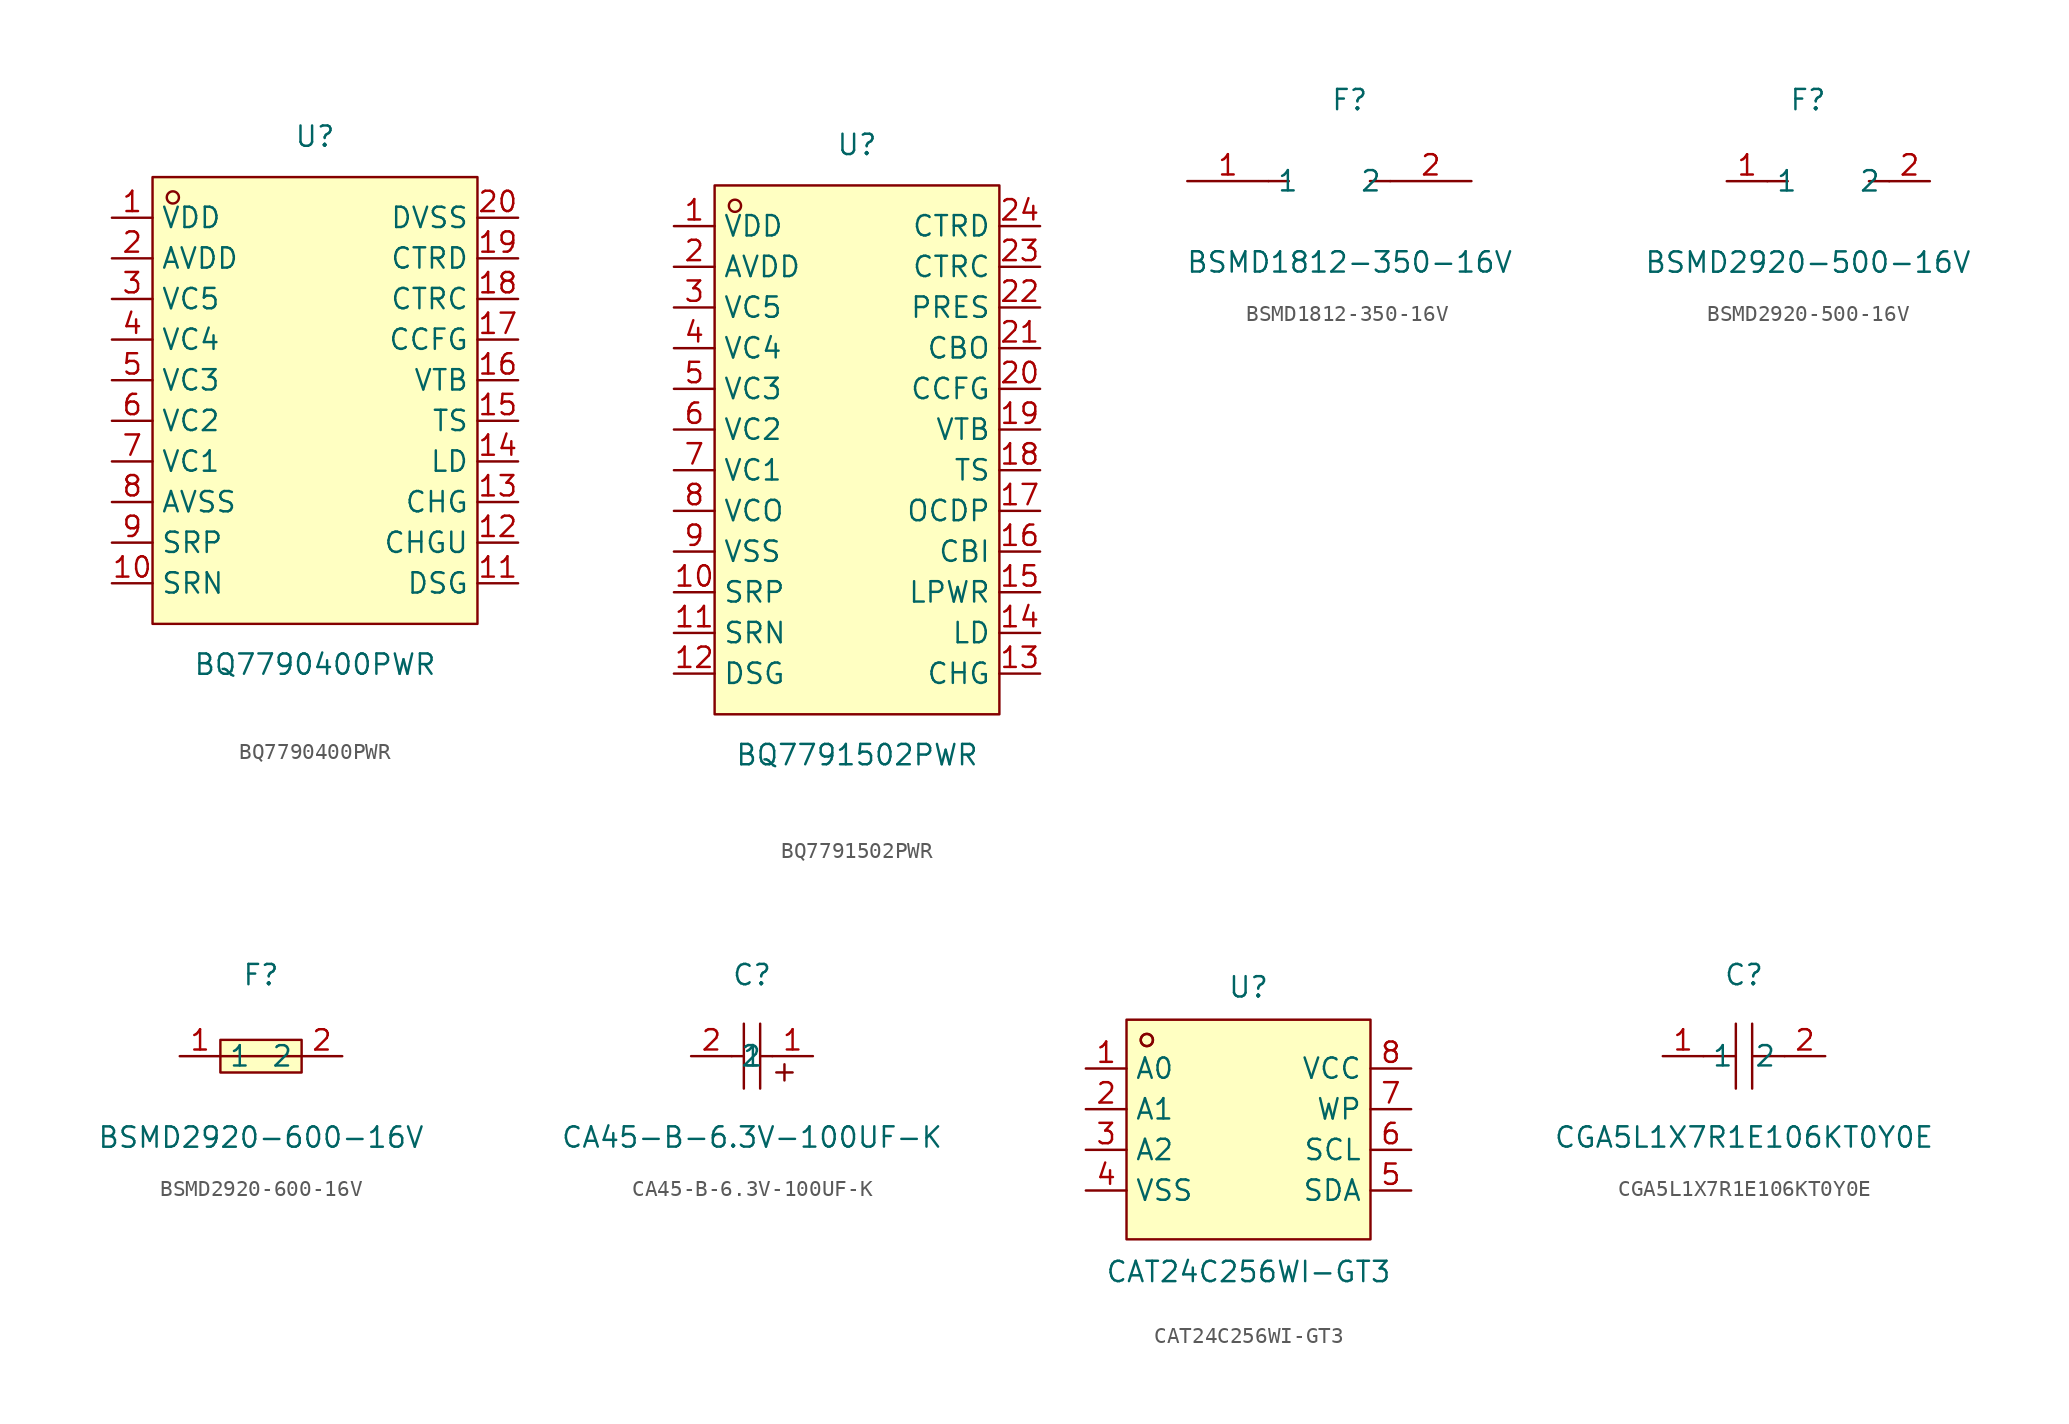
<source format=kicad_sym>
(kicad_symbol_lib
  (version 20211014)
  (generator https://github.com/uPesy/easyeda2kicad.py)
  (symbol "BQ7790400PWR"
    (property "Reference" "U"
      (at 0 16.51 0)
      (effects (font (size 1.27 1.27))))
    (property "Value" "BQ7790400PWR"
      (at 0 -16.51 0)
      (effects (font (size 1.27 1.27))))
    (symbol "BQ7790400PWR_0_1"
      (rectangle (start -10.16 13.97) (end 10.16 -13.97) (stroke (width 0) (type default) (color 0 0 0 0)) (fill (type background)))
      (circle (center -8.89 12.70) (radius 0.38) (stroke (width 0) (type default) (color 0 0 0 0)) (fill (type none)))
      (pin unspecified line (at 12.70 11.43 180) (length 2.54) (name "DVSS" (effects (font (size 1.27 1.27)))) (number "20" (effects (font (size 1.27 1.27)))))
      (pin unspecified line (at 12.70 8.89 180) (length 2.54) (name "CTRD" (effects (font (size 1.27 1.27)))) (number "19" (effects (font (size 1.27 1.27)))))
      (pin unspecified line (at 12.70 6.35 180) (length 2.54) (name "CTRC" (effects (font (size 1.27 1.27)))) (number "18" (effects (font (size 1.27 1.27)))))
      (pin unspecified line (at 12.70 3.81 180) (length 2.54) (name "CCFG" (effects (font (size 1.27 1.27)))) (number "17" (effects (font (size 1.27 1.27)))))
      (pin unspecified line (at 12.70 1.27 180) (length 2.54) (name "VTB" (effects (font (size 1.27 1.27)))) (number "16" (effects (font (size 1.27 1.27)))))
      (pin unspecified line (at 12.70 -1.27 180) (length 2.54) (name "TS" (effects (font (size 1.27 1.27)))) (number "15" (effects (font (size 1.27 1.27)))))
      (pin unspecified line (at 12.70 -3.81 180) (length 2.54) (name "LD" (effects (font (size 1.27 1.27)))) (number "14" (effects (font (size 1.27 1.27)))))
      (pin unspecified line (at 12.70 -6.35 180) (length 2.54) (name "CHG" (effects (font (size 1.27 1.27)))) (number "13" (effects (font (size 1.27 1.27)))))
      (pin unspecified line (at 12.70 -8.89 180) (length 2.54) (name "CHGU" (effects (font (size 1.27 1.27)))) (number "12" (effects (font (size 1.27 1.27)))))
      (pin unspecified line (at 12.70 -11.43 180) (length 2.54) (name "DSG" (effects (font (size 1.27 1.27)))) (number "11" (effects (font (size 1.27 1.27)))))
      (pin unspecified line (at -12.70 -11.43 0) (length 2.54) (name "SRN" (effects (font (size 1.27 1.27)))) (number "10" (effects (font (size 1.27 1.27)))))
      (pin unspecified line (at -12.70 -8.89 0) (length 2.54) (name "SRP" (effects (font (size 1.27 1.27)))) (number "9" (effects (font (size 1.27 1.27)))))
      (pin unspecified line (at -12.70 -6.35 0) (length 2.54) (name "AVSS" (effects (font (size 1.27 1.27)))) (number "8" (effects (font (size 1.27 1.27)))))
      (pin unspecified line (at -12.70 -3.81 0) (length 2.54) (name "VC1" (effects (font (size 1.27 1.27)))) (number "7" (effects (font (size 1.27 1.27)))))
      (pin unspecified line (at -12.70 -1.27 0) (length 2.54) (name "VC2" (effects (font (size 1.27 1.27)))) (number "6" (effects (font (size 1.27 1.27)))))
      (pin unspecified line (at -12.70 1.27 0) (length 2.54) (name "VC3" (effects (font (size 1.27 1.27)))) (number "5" (effects (font (size 1.27 1.27)))))
      (pin unspecified line (at -12.70 3.81 0) (length 2.54) (name "VC4" (effects (font (size 1.27 1.27)))) (number "4" (effects (font (size 1.27 1.27)))))
      (pin unspecified line (at -12.70 6.35 0) (length 2.54) (name "VC5" (effects (font (size 1.27 1.27)))) (number "3" (effects (font (size 1.27 1.27)))))
      (pin unspecified line (at -12.70 8.89 0) (length 2.54) (name "AVDD" (effects (font (size 1.27 1.27)))) (number "2" (effects (font (size 1.27 1.27)))))
      (pin unspecified line (at -12.70 11.43 0) (length 2.54) (name "VDD" (effects (font (size 1.27 1.27)))) (number "1" (effects (font (size 1.27 1.27)))))))
  (symbol "BQ7791502PWR"
    (property "Reference" "U"
      (at 0 19.05 0)
      (effects (font (size 1.27 1.27))))
    (property "Value" "BQ7791502PWR"
      (at 0 -19.05 0)
      (effects (font (size 1.27 1.27))))
    (symbol "BQ7791502PWR_0_1"
      (rectangle (start -8.89 16.51) (end 8.89 -16.51) (stroke (width 0) (type default) (color 0 0 0 0)) (fill (type background)))
      (circle (center -7.62 15.24) (radius 0.38) (stroke (width 0) (type default) (color 0 0 0 0)) (fill (type none)))
      (pin unspecified line (at -11.43 13.97 0) (length 2.54) (name "VDD" (effects (font (size 1.27 1.27)))) (number "1" (effects (font (size 1.27 1.27)))))
      (pin unspecified line (at -11.43 11.43 0) (length 2.54) (name "AVDD" (effects (font (size 1.27 1.27)))) (number "2" (effects (font (size 1.27 1.27)))))
      (pin unspecified line (at -11.43 8.89 0) (length 2.54) (name "VC5" (effects (font (size 1.27 1.27)))) (number "3" (effects (font (size 1.27 1.27)))))
      (pin unspecified line (at -11.43 6.35 0) (length 2.54) (name "VC4" (effects (font (size 1.27 1.27)))) (number "4" (effects (font (size 1.27 1.27)))))
      (pin unspecified line (at -11.43 3.81 0) (length 2.54) (name "VC3" (effects (font (size 1.27 1.27)))) (number "5" (effects (font (size 1.27 1.27)))))
      (pin unspecified line (at -11.43 1.27 0) (length 2.54) (name "VC2" (effects (font (size 1.27 1.27)))) (number "6" (effects (font (size 1.27 1.27)))))
      (pin unspecified line (at -11.43 -1.27 0) (length 2.54) (name "VC1" (effects (font (size 1.27 1.27)))) (number "7" (effects (font (size 1.27 1.27)))))
      (pin unspecified line (at -11.43 -3.81 0) (length 2.54) (name "VCO" (effects (font (size 1.27 1.27)))) (number "8" (effects (font (size 1.27 1.27)))))
      (pin unspecified line (at -11.43 -6.35 0) (length 2.54) (name "VSS" (effects (font (size 1.27 1.27)))) (number "9" (effects (font (size 1.27 1.27)))))
      (pin unspecified line (at -11.43 -8.89 0) (length 2.54) (name "SRP" (effects (font (size 1.27 1.27)))) (number "10" (effects (font (size 1.27 1.27)))))
      (pin unspecified line (at -11.43 -11.43 0) (length 2.54) (name "SRN" (effects (font (size 1.27 1.27)))) (number "11" (effects (font (size 1.27 1.27)))))
      (pin unspecified line (at -11.43 -13.97 0) (length 2.54) (name "DSG" (effects (font (size 1.27 1.27)))) (number "12" (effects (font (size 1.27 1.27)))))
      (pin unspecified line (at 11.43 -13.97 180) (length 2.54) (name "CHG" (effects (font (size 1.27 1.27)))) (number "13" (effects (font (size 1.27 1.27)))))
      (pin unspecified line (at 11.43 -11.43 180) (length 2.54) (name "LD" (effects (font (size 1.27 1.27)))) (number "14" (effects (font (size 1.27 1.27)))))
      (pin unspecified line (at 11.43 -8.89 180) (length 2.54) (name "LPWR" (effects (font (size 1.27 1.27)))) (number "15" (effects (font (size 1.27 1.27)))))
      (pin unspecified line (at 11.43 -6.35 180) (length 2.54) (name "CBI" (effects (font (size 1.27 1.27)))) (number "16" (effects (font (size 1.27 1.27)))))
      (pin unspecified line (at 11.43 -3.81 180) (length 2.54) (name "OCDP" (effects (font (size 1.27 1.27)))) (number "17" (effects (font (size 1.27 1.27)))))
      (pin unspecified line (at 11.43 -1.27 180) (length 2.54) (name "TS" (effects (font (size 1.27 1.27)))) (number "18" (effects (font (size 1.27 1.27)))))
      (pin unspecified line (at 11.43 1.27 180) (length 2.54) (name "VTB" (effects (font (size 1.27 1.27)))) (number "19" (effects (font (size 1.27 1.27)))))
      (pin unspecified line (at 11.43 3.81 180) (length 2.54) (name "CCFG" (effects (font (size 1.27 1.27)))) (number "20" (effects (font (size 1.27 1.27)))))
      (pin unspecified line (at 11.43 6.35 180) (length 2.54) (name "CBO" (effects (font (size 1.27 1.27)))) (number "21" (effects (font (size 1.27 1.27)))))
      (pin unspecified line (at 11.43 8.89 180) (length 2.54) (name "PRES" (effects (font (size 1.27 1.27)))) (number "22" (effects (font (size 1.27 1.27)))))
      (pin unspecified line (at 11.43 11.43 180) (length 2.54) (name "CTRC" (effects (font (size 1.27 1.27)))) (number "23" (effects (font (size 1.27 1.27)))))
      (pin unspecified line (at 11.43 13.97 180) (length 2.54) (name "CTRD" (effects (font (size 1.27 1.27)))) (number "24" (effects (font (size 1.27 1.27)))))))
  (symbol "BSMD1812-350-16V"
    (property "Reference" "F"
      (at 0 5.08 0)
      (effects (font (size 1.27 1.27))))
    (property "Value" "BSMD1812-350-16V"
      (at 0 -5.08 0)
      (effects (font (size 1.27 1.27))))
    (symbol "BSMD1812-350-16V_0_1"
      (polyline (pts (xy -3.81 -0.00)) (stroke (width 0) (type default) (color 0 0 0 0)) (fill (type background)))
      (polyline (pts (xy 1.27 -0.00) (xy 2.54 -0.00)) (stroke (width 0) (type default) (color 0 0 0 0)) (fill (type none)))
      (polyline (pts (xy -5.08 -0.00) (xy -3.81 -0.00)) (stroke (width 0) (type default) (color 0 0 0 0)) (fill (type none)))
      (pin unspecified line (at 7.62 -0.00 180) (length 5.08) (name "2" (effects (font (size 1.27 1.27)))) (number "2" (effects (font (size 1.27 1.27)))))
      (pin unspecified line (at -10.16 -0.00 0) (length 5.08) (name "1" (effects (font (size 1.27 1.27)))) (number "1" (effects (font (size 1.27 1.27)))))))
  (symbol "BSMD2920-500-16V"
    (property "Reference" "F"
      (at 0 5.08 0)
      (effects (font (size 1.27 1.27))))
    (property "Value" "BSMD2920-500-16V"
      (at 0 -5.08 0)
      (effects (font (size 1.27 1.27))))
    (symbol "BSMD2920-500-16V_0_1"
      (polyline (pts (xy -1.27 -0.00)) (stroke (width 0) (type default) (color 0 0 0 0)) (fill (type background)))
      (polyline (pts (xy 3.81 -0.00) (xy 5.08 -0.00)) (stroke (width 0) (type default) (color 0 0 0 0)) (fill (type none)))
      (polyline (pts (xy -2.54 -0.00) (xy -1.27 -0.00)) (stroke (width 0) (type default) (color 0 0 0 0)) (fill (type none)))
      (pin unspecified line (at 7.62 -0.00 180) (length 2.54) (name "2" (effects (font (size 1.27 1.27)))) (number "2" (effects (font (size 1.27 1.27)))))
      (pin unspecified line (at -5.08 -0.00 0) (length 2.54) (name "1" (effects (font (size 1.27 1.27)))) (number "1" (effects (font (size 1.27 1.27)))))))
  (symbol "BSMD2920-600-16V"
    (property "Reference" "F"
      (at 0 5.08 0)
      (effects (font (size 1.27 1.27))))
    (property "Value" "BSMD2920-600-16V"
      (at 0 -5.08 0)
      (effects (font (size 1.27 1.27))))
    (symbol "BSMD2920-600-16V_0_1"
      (rectangle (start -2.54 1.02) (end 2.54 -1.02) (stroke (width 0) (type default) (color 0 0 0 0)) (fill (type background)))
      (polyline (pts (xy -2.54 -0.00) (xy 2.54 -0.00)) (stroke (width 0) (type default) (color 0 0 0 0)) (fill (type none)))
      (pin unspecified line (at 5.08 -0.00 180) (length 2.54) (name "2" (effects (font (size 1.27 1.27)))) (number "2" (effects (font (size 1.27 1.27)))))
      (pin unspecified line (at -5.08 -0.00 0) (length 2.54) (name "1" (effects (font (size 1.27 1.27)))) (number "1" (effects (font (size 1.27 1.27)))))))
  (symbol "CA45-B-6.3V-100UF-K"
    (property "Reference" "C"
      (at 0 5.08 0)
      (effects (font (size 1.27 1.27))))
    (property "Value" "CA45-B-6.3V-100UF-K"
      (at 0 -5.08 0)
      (effects (font (size 1.27 1.27))))
    (symbol "CA45-B-6.3V-100UF-K_0_1"
      (polyline (pts (xy 0.51 -2.03) (xy 0.51 2.03)) (stroke (width 0) (type default) (color 0 0 0 0)) (fill (type none)))
      (polyline (pts (xy -0.51 -2.03) (xy -0.51 2.03)) (stroke (width 0) (type default) (color 0 0 0 0)) (fill (type none)))
      (polyline (pts (xy 1.27 -0.00) (xy 0.51 -0.00)) (stroke (width 0) (type default) (color 0 0 0 0)) (fill (type none)))
      (polyline (pts (xy -0.51 -0.00) (xy -1.27 -0.00)) (stroke (width 0) (type default) (color 0 0 0 0)) (fill (type none)))
      (polyline (pts (xy 2.54 -1.02) (xy 1.52 -1.02)) (stroke (width 0) (type default) (color 0 0 0 0)) (fill (type none)))
      (polyline (pts (xy 2.03 -1.52) (xy 2.03 -0.51)) (stroke (width 0) (type default) (color 0 0 0 0)) (fill (type none)))
      (pin input line (at 3.81 -0.00 180) (length 2.54) (name "1" (effects (font (size 1.27 1.27)))) (number "1" (effects (font (size 1.27 1.27)))))
      (pin input line (at -3.81 -0.00 0) (length 2.54) (name "2" (effects (font (size 1.27 1.27)))) (number "2" (effects (font (size 1.27 1.27)))))))
  (symbol "CAT24C256WI-GT3"
    (property "Reference" "U"
      (at 0 8.89 0)
      (effects (font (size 1.27 1.27))))
    (property "Value" "CAT24C256WI-GT3"
      (at 0 -8.89 0)
      (effects (font (size 1.27 1.27))))
    (symbol "CAT24C256WI-GT3_0_1"
      (rectangle (start -7.62 6.86) (end 7.62 -6.86) (stroke (width 0) (type default) (color 0 0 0 0)) (fill (type background)))
      (circle (center -6.35 5.59) (radius 0.38) (stroke (width 0) (type default) (color 0 0 0 0)) (fill (type none)))
      (circle (center -6.35 5.59) (radius 0.38) (stroke (width 0) (type default) (color 0 0 0 0)) (fill (type none)))
      (pin unspecified line (at -10.16 3.81 0) (length 2.54) (name "A0" (effects (font (size 1.27 1.27)))) (number "1" (effects (font (size 1.27 1.27)))))
      (pin unspecified line (at -10.16 1.27 0) (length 2.54) (name "A1" (effects (font (size 1.27 1.27)))) (number "2" (effects (font (size 1.27 1.27)))))
      (pin unspecified line (at -10.16 -1.27 0) (length 2.54) (name "A2" (effects (font (size 1.27 1.27)))) (number "3" (effects (font (size 1.27 1.27)))))
      (pin unspecified line (at -10.16 -3.81 0) (length 2.54) (name "VSS" (effects (font (size 1.27 1.27)))) (number "4" (effects (font (size 1.27 1.27)))))
      (pin unspecified line (at 10.16 -3.81 180) (length 2.54) (name "SDA" (effects (font (size 1.27 1.27)))) (number "5" (effects (font (size 1.27 1.27)))))
      (pin unspecified line (at 10.16 -1.27 180) (length 2.54) (name "SCL" (effects (font (size 1.27 1.27)))) (number "6" (effects (font (size 1.27 1.27)))))
      (pin unspecified line (at 10.16 1.27 180) (length 2.54) (name "WP" (effects (font (size 1.27 1.27)))) (number "7" (effects (font (size 1.27 1.27)))))
      (pin unspecified line (at 10.16 3.81 180) (length 2.54) (name "VCC" (effects (font (size 1.27 1.27)))) (number "8" (effects (font (size 1.27 1.27)))))))
  (symbol "CGA5L1X7R1E106KT0Y0E"
    (property "Reference" "C"
      (at 0 5.08 0)
      (effects (font (size 1.27 1.27))))
    (property "Value" "CGA5L1X7R1E106KT0Y0E"
      (at 0 -5.08 0)
      (effects (font (size 1.27 1.27))))
    (symbol "CGA5L1X7R1E106KT0Y0E_0_1"
      (polyline (pts (xy -0.51 -2.03) (xy -0.51 2.03)) (stroke (width 0) (type default) (color 0 0 0 0)) (fill (type none)))
      (polyline (pts (xy 2.54 -0.00) (xy 0.51 -0.00)) (stroke (width 0) (type default) (color 0 0 0 0)) (fill (type none)))
      (polyline (pts (xy 0.51 2.03) (xy 0.51 -2.03)) (stroke (width 0) (type default) (color 0 0 0 0)) (fill (type none)))
      (polyline (pts (xy -0.51 -0.00) (xy -2.54 -0.00)) (stroke (width 0) (type default) (color 0 0 0 0)) (fill (type none)))
      (pin unspecified line (at -5.08 -0.00 0) (length 2.54) (name "1" (effects (font (size 1.27 1.27)))) (number "1" (effects (font (size 1.27 1.27)))))
      (pin unspecified line (at 5.08 -0.00 180) (length 2.54) (name "2" (effects (font (size 1.27 1.27)))) (number "2" (effects (font (size 1.27 1.27))))))))
</source>
